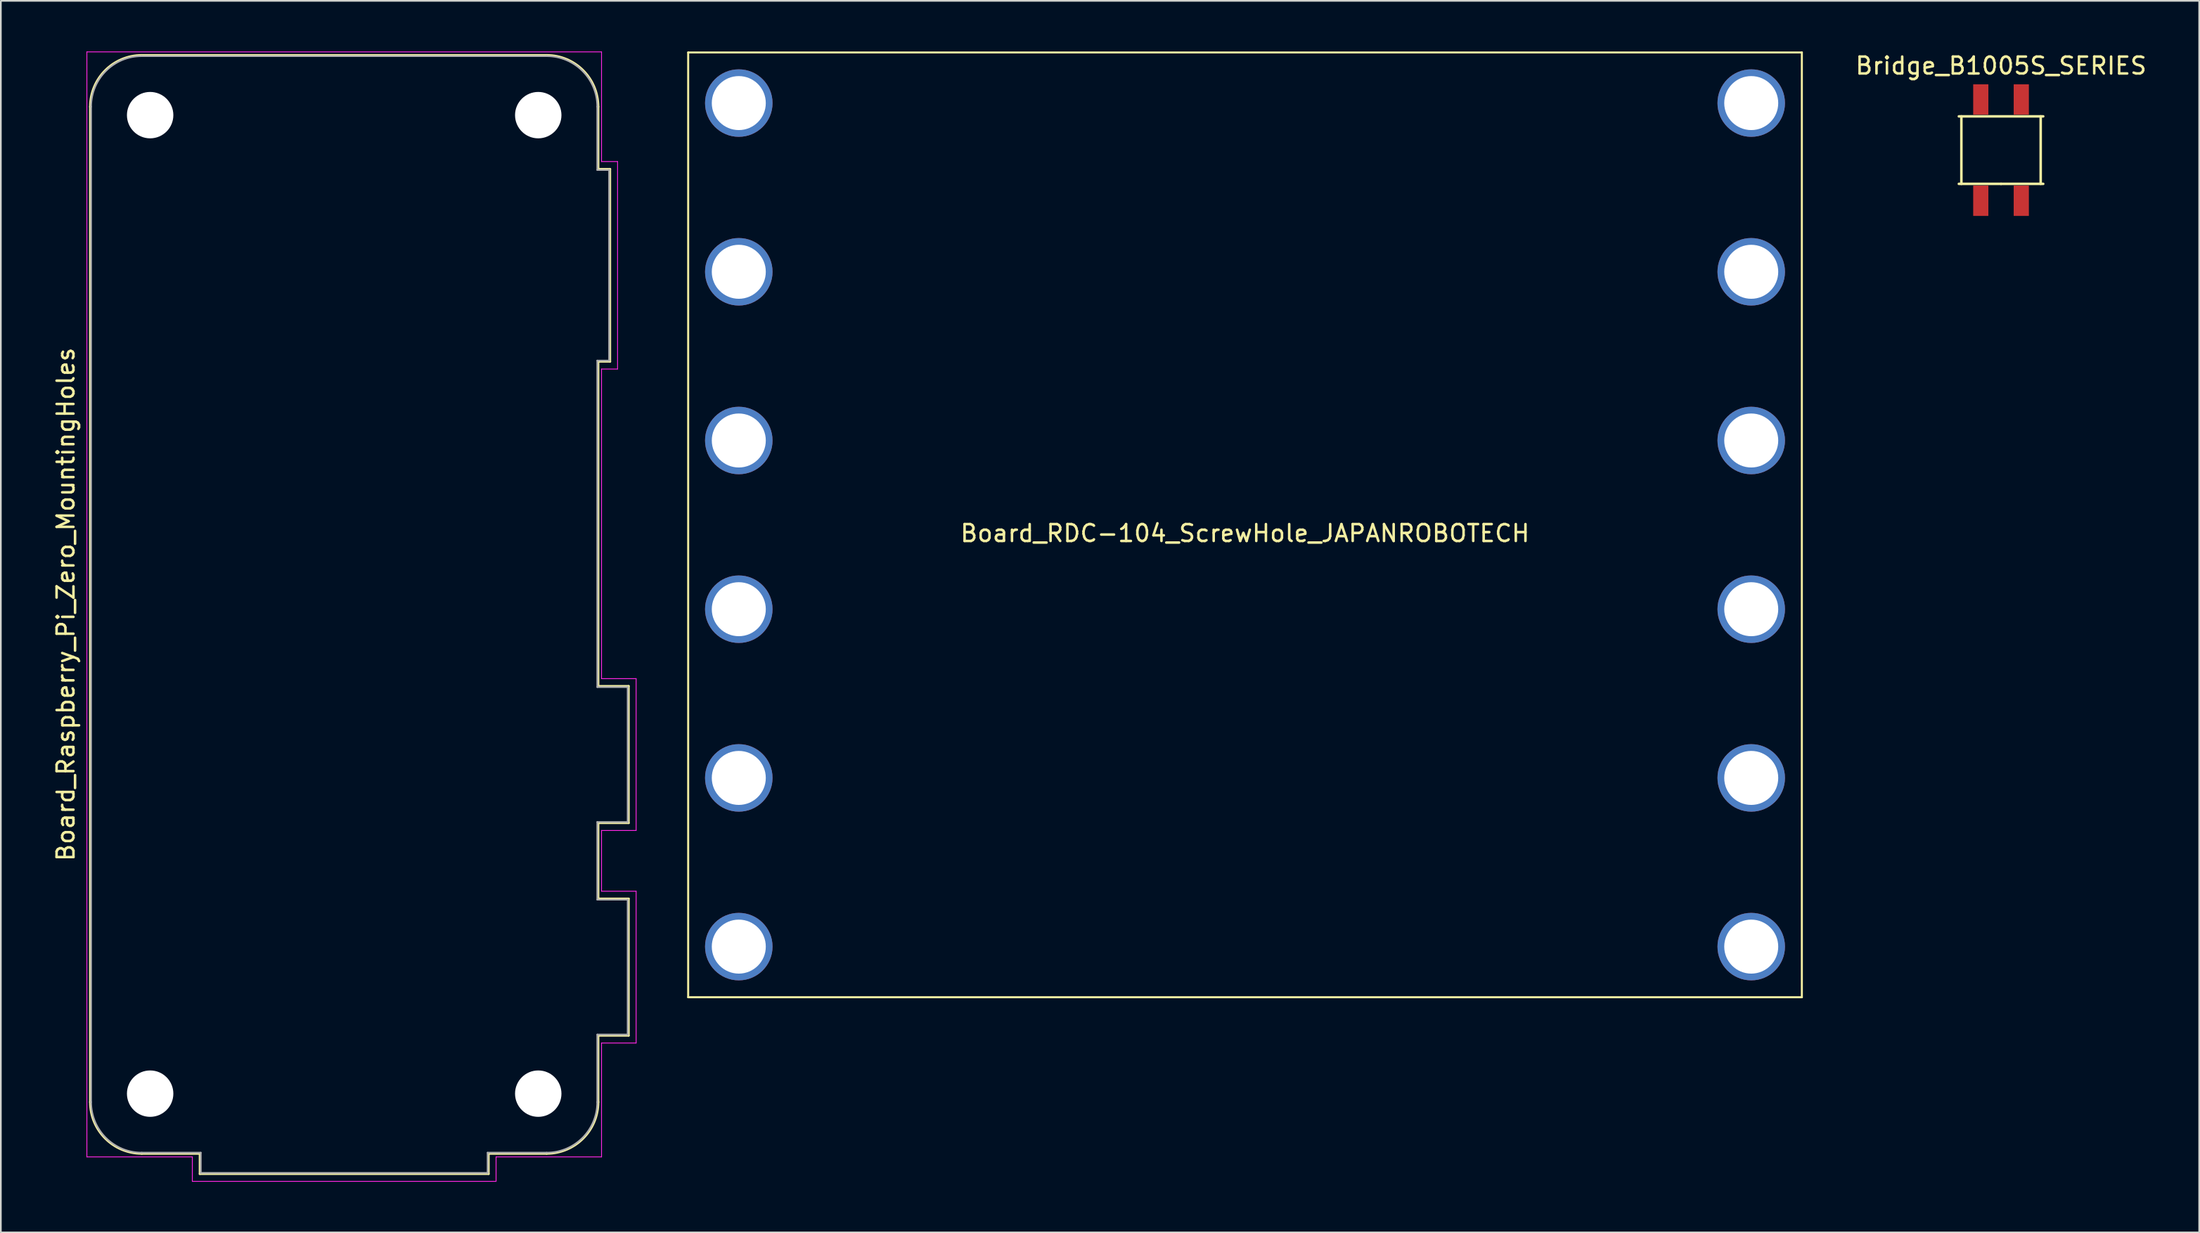
<source format=kicad_pcb>
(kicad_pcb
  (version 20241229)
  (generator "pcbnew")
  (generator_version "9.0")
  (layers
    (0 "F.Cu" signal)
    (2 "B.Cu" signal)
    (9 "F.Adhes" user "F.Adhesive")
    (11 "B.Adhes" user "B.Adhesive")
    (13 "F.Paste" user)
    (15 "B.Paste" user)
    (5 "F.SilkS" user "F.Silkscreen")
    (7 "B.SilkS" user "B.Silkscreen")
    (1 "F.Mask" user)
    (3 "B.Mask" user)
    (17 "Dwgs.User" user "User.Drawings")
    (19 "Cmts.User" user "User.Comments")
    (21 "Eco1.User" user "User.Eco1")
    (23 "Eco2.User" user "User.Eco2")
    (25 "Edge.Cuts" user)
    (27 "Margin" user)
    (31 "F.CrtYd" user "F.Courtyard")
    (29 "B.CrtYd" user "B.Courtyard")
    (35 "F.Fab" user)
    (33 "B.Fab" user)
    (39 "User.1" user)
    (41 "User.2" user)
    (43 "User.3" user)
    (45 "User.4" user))
  (footprint "Board_RDC-104_ScrewHole_JAPANROBOTECH"
    (layer "F.Cu")
    (at 70.733 28.06)
    (property "Reference" "Board_RDC-104_ScrewHole_JAPANROBOTECH" (at 0 0.5 0) (layer "F.SilkS") (effects (font (size 1 1) (thickness 0.15))))
    (attr through_hole)
    (fp_line (start -33 -28) (end -33 28) (stroke (width 0.12) (type solid)) (layer "F.SilkS"))
    (fp_line (start -33 28) (end 33 28) (stroke (width 0.12) (type solid)) (layer "F.SilkS"))
    (fp_line (start 33 -28) (end -33 -28) (stroke (width 0.12) (type solid)) (layer "F.SilkS"))
    (fp_line (start 33 28) (end 33 -28) (stroke (width 0.12) (type solid)) (layer "F.SilkS"))
    (pad "" thru_hole circle (at -30 -25) (size 4 4) (drill 3.2) (layers "*.Cu" "*.Mask"))
    (pad "" thru_hole circle (at -30 -15) (size 4 4) (drill 3.2) (layers "*.Cu" "*.Mask"))
    (pad "" thru_hole circle (at -30 -5) (size 4 4) (drill 3.2) (layers "*.Cu" "*.Mask"))
    (pad "" thru_hole circle (at -30 5) (size 4 4) (drill 3.2) (layers "*.Cu" "*.Mask"))
    (pad "" thru_hole circle (at -30 15) (size 4 4) (drill 3.2) (layers "*.Cu" "*.Mask"))
    (pad "" thru_hole circle (at -30 25) (size 4 4) (drill 3.2) (layers "*.Cu" "*.Mask"))
    (pad "" thru_hole circle (at 30 -25) (size 4 4) (drill 3.2) (layers "*.Cu" "*.Mask"))
    (pad "" thru_hole circle (at 30 -15) (size 4 4) (drill 3.2) (layers "*.Cu" "*.Mask"))
    (pad "" thru_hole circle (at 30 -5) (size 4 4) (drill 3.2) (layers "*.Cu" "*.Mask"))
    (pad "" thru_hole circle (at 30 5) (size 4 4) (drill 3.2) (layers "*.Cu" "*.Mask"))
    (pad "" thru_hole circle (at 30 15) (size 4 4) (drill 3.2) (layers "*.Cu" "*.Mask"))
    (pad "" thru_hole circle (at 30 25) (size 4 4) (drill 3.2) (layers "*.Cu" "*.Mask")))
  (footprint "Bridge_B1005S_SERIES"
    (layer "F.Cu")
    (at 115.537 5.848)
    (property "Reference" "Bridge_B1005S_SERIES" (at 0 -5 0) (layer "F.SilkS") (effects (font (size 1 1) (thickness 0.15))))
    (attr through_hole)
    (fp_line (start -2.5 2) (end 0 2) (stroke (width 0.15) (type solid)) (layer "F.SilkS"))
    (fp_line (start -2.35 -2) (end -2.35 2) (stroke (width 0.15) (type solid)) (layer "F.SilkS"))
    (fp_line (start 0 2) (end 2.5 2) (stroke (width 0.15) (type solid)) (layer "F.SilkS"))
    (fp_line (start 2.35 2) (end 2.35 -2) (stroke (width 0.15) (type solid)) (layer "F.SilkS"))
    (fp_line (start 2.5 -2) (end -2.5 -2) (stroke (width 0.15) (type solid)) (layer "F.SilkS"))
    (pad "1" smd rect (at -1.2 3) (size 0.9 1.8) (layers "F.Cu" "F.Mask" "F.Paste"))
    (pad "2" smd rect (at 1.2 3) (size 0.9 1.8) (layers "F.Cu" "F.Mask" "F.Paste"))
    (pad "3" smd rect (at 1.2 -3) (size 0.9 1.8) (layers "F.Cu" "F.Mask" "F.Paste"))
    (pad "4" smd rect (at -1.2 -3) (size 0.9 1.8) (layers "F.Cu" "F.Mask" "F.Paste")))
  (footprint "Board_Raspberry_Pi_Zero_MountingHoles"
    (layer "F.Cu")
    (at 7.118 8.645)
    (property "Reference" "Board_Raspberry_Pi_Zero_MountingHoles" (at -6.27 24.13 90) (layer "F.SilkS") (effects (font (size 1 1) (thickness 0.15))))
    (attr through_hole)
    (fp_line (start -4.83 53.63) (end -4.83 -5.37) (stroke (width 0.12) (type solid)) (layer "F.SilkS"))
    (fp_line (start -1.77 -8.43) (end 22.23 -8.43) (stroke (width 0.12) (type solid)) (layer "F.SilkS"))
    (fp_line (start 1.67 56.69) (end -1.77 56.69) (stroke (width 0.12) (type solid)) (layer "F.SilkS"))
    (fp_line (start 1.67 56.69) (end 1.67 57.89) (stroke (width 0.12) (type solid)) (layer "F.SilkS"))
    (fp_line (start 1.67 57.89) (end 18.79 57.89) (stroke (width 0.12) (type solid)) (layer "F.SilkS"))
    (fp_line (start 18.79 56.69) (end 22.23 56.69) (stroke (width 0.12) (type solid)) (layer "F.SilkS"))
    (fp_line (start 18.79 57.89) (end 18.79 56.69) (stroke (width 0.12) (type solid)) (layer "F.SilkS"))
    (fp_line (start 25.29 -1.68) (end 25.29 -5.37) (stroke (width 0.12) (type solid)) (layer "F.SilkS"))
    (fp_line (start 25.29 9.74) (end 25.99 9.74) (stroke (width 0.12) (type solid)) (layer "F.SilkS"))
    (fp_line (start 25.29 28.97) (end 25.29 9.74) (stroke (width 0.12) (type solid)) (layer "F.SilkS"))
    (fp_line (start 25.29 37.09) (end 27.09 37.09) (stroke (width 0.12) (type solid)) (layer "F.SilkS"))
    (fp_line (start 25.29 41.57) (end 25.29 37.09) (stroke (width 0.12) (type solid)) (layer "F.SilkS"))
    (fp_line (start 25.29 49.69) (end 27.09 49.69) (stroke (width 0.12) (type solid)) (layer "F.SilkS"))
    (fp_line (start 25.29 53.63) (end 25.29 49.69) (stroke (width 0.12) (type solid)) (layer "F.SilkS"))
    (fp_line (start 25.99 -1.68) (end 25.29 -1.68) (stroke (width 0.12) (type solid)) (layer "F.SilkS"))
    (fp_line (start 25.99 9.74) (end 25.99 -1.68) (stroke (width 0.12) (type solid)) (layer "F.SilkS"))
    (fp_line (start 27.09 28.97) (end 25.29 28.97) (stroke (width 0.12) (type solid)) (layer "F.SilkS"))
    (fp_line (start 27.09 37.09) (end 27.09 28.97) (stroke (width 0.12) (type solid)) (layer "F.SilkS"))
    (fp_line (start 27.09 41.57) (end 25.29 41.57) (stroke (width 0.12) (type solid)) (layer "F.SilkS"))
    (fp_line (start 27.09 49.69) (end 27.09 41.57) (stroke (width 0.12) (type solid)) (layer "F.SilkS"))
    (fp_arc (start -4.83 -5.37) (mid -3.933747 -7.533747) (end -1.77 -8.43) (stroke (width 0.12) (type solid)) (layer "F.SilkS"))
    (fp_arc (start -1.77 56.69) (mid -3.933747 55.793747) (end -4.83 53.63) (stroke (width 0.12) (type solid)) (layer "F.SilkS"))
    (fp_arc (start 22.23 -8.43) (mid 24.393747 -7.533747) (end 25.29 -5.37) (stroke (width 0.12) (type solid)) (layer "F.SilkS"))
    (fp_arc (start 25.29 53.63) (mid 24.393747 55.793747) (end 22.23 56.69) (stroke (width 0.12) (type solid)) (layer "F.SilkS"))
    (fp_line (start -5.02 -8.62) (end 25.48 -8.62) (stroke (width 0.05) (type solid)) (layer "F.CrtYd"))
    (fp_line (start -5.02 56.88) (end -5.02 -8.62) (stroke (width 0.05) (type solid)) (layer "F.CrtYd"))
    (fp_line (start -5.02 56.88) (end 1.23 56.88) (stroke (width 0.05) (type solid)) (layer "F.CrtYd"))
    (fp_line (start 1.23 58.33) (end 1.23 56.88) (stroke (width 0.05) (type solid)) (layer "F.CrtYd"))
    (fp_line (start 19.23 56.88) (end 25.48 56.88) (stroke (width 0.05) (type solid)) (layer "F.CrtYd"))
    (fp_line (start 19.23 58.33) (end 1.23 58.33) (stroke (width 0.05) (type solid)) (layer "F.CrtYd"))
    (fp_line (start 19.23 58.33) (end 19.23 56.88) (stroke (width 0.05) (type solid)) (layer "F.CrtYd"))
    (fp_line (start 25.48 -2.12) (end 25.48 -8.62) (stroke (width 0.05) (type solid)) (layer "F.CrtYd"))
    (fp_line (start 25.48 28.53) (end 25.48 10.18) (stroke (width 0.05) (type solid)) (layer "F.CrtYd"))
    (fp_line (start 25.48 37.53) (end 25.48 41.13) (stroke (width 0.05) (type solid)) (layer "F.CrtYd"))
    (fp_line (start 25.48 50.13) (end 25.48 56.88) (stroke (width 0.05) (type solid)) (layer "F.CrtYd"))
    (fp_line (start 26.43 -2.12) (end 25.48 -2.12) (stroke (width 0.05) (type solid)) (layer "F.CrtYd"))
    (fp_line (start 26.43 -2.12) (end 26.43 10.18) (stroke (width 0.05) (type solid)) (layer "F.CrtYd"))
    (fp_line (start 26.43 10.18) (end 25.48 10.18) (stroke (width 0.05) (type solid)) (layer "F.CrtYd"))
    (fp_line (start 27.53 28.53) (end 25.48 28.53) (stroke (width 0.05) (type solid)) (layer "F.CrtYd"))
    (fp_line (start 27.53 37.53) (end 25.48 37.53) (stroke (width 0.05) (type solid)) (layer "F.CrtYd"))
    (fp_line (start 27.53 37.53) (end 27.53 28.53) (stroke (width 0.05) (type solid)) (layer "F.CrtYd"))
    (fp_line (start 27.53 41.13) (end 25.48 41.13) (stroke (width 0.05) (type solid)) (layer "F.CrtYd"))
    (fp_line (start 27.53 50.13) (end 25.48 50.13) (stroke (width 0.05) (type solid)) (layer "F.CrtYd"))
    (fp_line (start 27.53 50.13) (end 27.53 41.13) (stroke (width 0.05) (type solid)) (layer "F.CrtYd"))
    (fp_line (start -4.77 53.63) (end -4.77 -5.37) (stroke (width 0.1) (type solid)) (layer "F.Fab"))
    (fp_line (start -1.77 -8.37) (end 22.23 -8.37) (stroke (width 0.1) (type solid)) (layer "F.Fab"))
    (fp_line (start -1.77 56.63) (end 1.73 56.63) (stroke (width 0.1) (type solid)) (layer "F.Fab"))
    (fp_line (start 1.73 56.63) (end 1.73 57.83) (stroke (width 0.1) (type solid)) (layer "F.Fab"))
    (fp_line (start 1.73 57.83) (end 18.73 57.83) (stroke (width 0.1) (type solid)) (layer "F.Fab"))
    (fp_line (start 18.73 56.63) (end 18.73 57.83) (stroke (width 0.1) (type solid)) (layer "F.Fab"))
    (fp_line (start 22.23 56.63) (end 18.73 56.63) (stroke (width 0.1) (type solid)) (layer "F.Fab"))
    (fp_line (start 25.23 -1.62) (end 25.23 -5.37) (stroke (width 0.1) (type solid)) (layer "F.Fab"))
    (fp_line (start 25.23 -1.62) (end 25.93 -1.62) (stroke (width 0.1) (type solid)) (layer "F.Fab"))
    (fp_line (start 25.23 9.68) (end 25.93 9.68) (stroke (width 0.1) (type solid)) (layer "F.Fab"))
    (fp_line (start 25.23 29.03) (end 25.23 9.68) (stroke (width 0.1) (type solid)) (layer "F.Fab"))
    (fp_line (start 25.23 37.03) (end 27.03 37.03) (stroke (width 0.1) (type solid)) (layer "F.Fab"))
    (fp_line (start 25.23 41.63) (end 25.23 37.03) (stroke (width 0.1) (type solid)) (layer "F.Fab"))
    (fp_line (start 25.23 49.63) (end 25.23 53.63) (stroke (width 0.1) (type solid)) (layer "F.Fab"))
    (fp_line (start 25.23 49.63) (end 27.03 49.63) (stroke (width 0.1) (type solid)) (layer "F.Fab"))
    (fp_line (start 25.93 9.68) (end 25.93 -1.62) (stroke (width 0.1) (type solid)) (layer "F.Fab"))
    (fp_line (start 27.03 29.03) (end 25.23 29.03) (stroke (width 0.1) (type solid)) (layer "F.Fab"))
    (fp_line (start 27.03 37.03) (end 27.03 29.03) (stroke (width 0.1) (type solid)) (layer "F.Fab"))
    (fp_line (start 27.03 41.63) (end 25.23 41.63) (stroke (width 0.1) (type solid)) (layer "F.Fab"))
    (fp_line (start 27.03 49.63) (end 27.03 41.63) (stroke (width 0.1) (type solid)) (layer "F.Fab"))
    (fp_arc (start -4.77 -5.37) (mid -3.89132 -7.49132) (end -1.77 -8.37) (stroke (width 0.1) (type solid)) (layer "F.Fab"))
    (fp_arc (start -1.77 56.63) (mid -3.89132 55.75132) (end -4.77 53.63) (stroke (width 0.1) (type solid)) (layer "F.Fab"))
    (fp_arc (start 22.23 -8.37) (mid 24.35132 -7.49132) (end 25.23 -5.37) (stroke (width 0.1) (type solid)) (layer "F.Fab"))
    (fp_arc (start 25.23 53.63) (mid 24.35132 55.75132) (end 22.23 56.63) (stroke (width 0.1) (type solid)) (layer "F.Fab"))
    (pad "" np_thru_hole circle (at -1.27 -4.87 90) (size 2.75 2.75) (drill 2.75) (layers "*.Cu" "*.Mask"))
    (pad "" np_thru_hole circle (at -1.27 53.13 90) (size 2.75 2.75) (drill 2.75) (layers "*.Cu" "*.Mask"))
    (pad "" np_thru_hole circle (at 21.73 -4.87 90) (size 2.75 2.75) (drill 2.75) (layers "*.Cu" "*.Mask"))
    (pad "" np_thru_hole circle (at 21.73 53.13 90) (size 2.75 2.75) (drill 2.75) (layers "*.Cu" "*.Mask")))
  (gr_rect
    (start -3 -3)
    (end 127.281 70)
    (stroke (width 0.1) (type default))
    (fill no)
    (layer "Edge.Cuts")))
</source>
